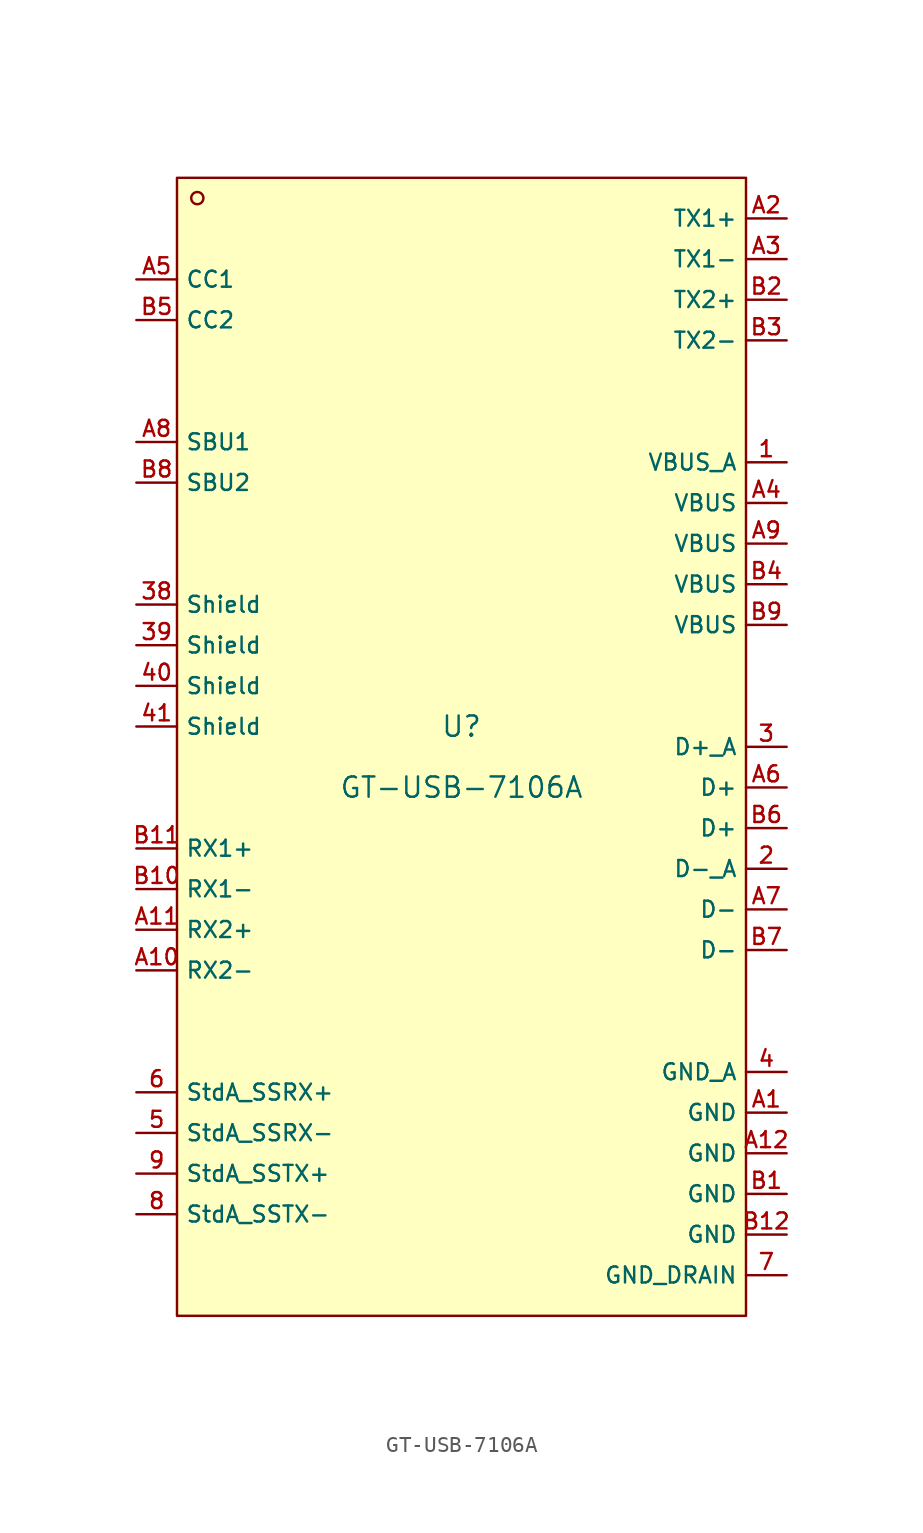
<source format=kicad_sym>
(kicad_symbol_lib
  (version 20231120)
  (generator "kicad_symbol_editor")
  (generator_version "8.0")
  (symbol "GT-USB-7106A"
    (property "Reference" "U"
      (at 0 1.27 0)
      (effects (font (size 1.27 1.27))))
    (property "Value" "GT-USB-7106A"
      (at 0 -2.54 0)
      (effects (font (size 1.27 1.27))))
    (symbol "GT-USB-7106A_0_1"
      (rectangle (start -17.78 35.56) (end 17.78 -35.56) (stroke (width 0) (type default)) (fill (type background)))
      (circle (center -16.51 34.29) (radius 0.381) (stroke (width 0) (type default)) (fill (type background)))
      (pin unspecified line (at 20.32 17.78 180) (length 2.54) (name "VBUS_A" (effects (font (size 1 1)))) (number "1" (effects (font (size 1 1)))))
      (pin unspecified line (at 20.32 -7.62 180) (length 2.54) (name "D-_A" (effects (font (size 1 1)))) (number "2" (effects (font (size 1 1)))))
      (pin unspecified line (at 20.32 0 180) (length 2.54) (name "D+_A" (effects (font (size 1 1)))) (number "3" (effects (font (size 1 1)))))
      (pin unspecified line (at -20.32 8.89 0) (length 2.54) (name "Shield" (effects (font (size 1 1)))) (number "38" (effects (font (size 1 1)))))
      (pin unspecified line (at -20.32 6.35 0) (length 2.54) (name "Shield" (effects (font (size 1 1)))) (number "39" (effects (font (size 1 1)))))
      (pin unspecified line (at 20.32 -20.32 180) (length 2.54) (name "GND_A" (effects (font (size 1 1)))) (number "4" (effects (font (size 1 1)))))
      (pin unspecified line (at -20.32 3.81 0) (length 2.54) (name "Shield" (effects (font (size 1 1)))) (number "40" (effects (font (size 1 1)))))
      (pin unspecified line (at -20.32 1.27 0) (length 2.54) (name "Shield" (effects (font (size 1 1)))) (number "41" (effects (font (size 1 1)))))
      (pin unspecified line (at -20.32 -24.13 0) (length 2.54) (name "StdA_SSRX-" (effects (font (size 1 1)))) (number "5" (effects (font (size 1 1)))))
      (pin unspecified line (at -20.32 -21.59 0) (length 2.54) (name "StdA_SSRX+" (effects (font (size 1 1)))) (number "6" (effects (font (size 1 1)))))
      (pin unspecified line (at 20.32 -33.02 180) (length 2.54) (name "GND_DRAIN" (effects (font (size 1 1)))) (number "7" (effects (font (size 1 1)))))
      (pin unspecified line (at -20.32 -29.21 0) (length 2.54) (name "StdA_SSTX-" (effects (font (size 1 1)))) (number "8" (effects (font (size 1 1)))))
      (pin unspecified line (at -20.32 -26.67 0) (length 2.54) (name "StdA_SSTX+" (effects (font (size 1 1)))) (number "9" (effects (font (size 1 1)))))
      (pin unspecified line (at 20.32 -22.86 180) (length 2.54) (name "GND" (effects (font (size 1 1)))) (number "A1" (effects (font (size 1 1)))))
      (pin unspecified line (at -20.32 -13.97 0) (length 2.54) (name "RX2-" (effects (font (size 1 1)))) (number "A10" (effects (font (size 1 1)))))
      (pin unspecified line (at -20.32 -11.43 0) (length 2.54) (name "RX2+" (effects (font (size 1 1)))) (number "A11" (effects (font (size 1 1)))))
      (pin unspecified line (at 20.32 -25.4 180) (length 2.54) (name "GND" (effects (font (size 1 1)))) (number "A12" (effects (font (size 1 1)))))
      (pin unspecified line (at 20.32 33.02 180) (length 2.54) (name "TX1+" (effects (font (size 1 1)))) (number "A2" (effects (font (size 1 1)))))
      (pin unspecified line (at 20.32 30.48 180) (length 2.54) (name "TX1-" (effects (font (size 1 1)))) (number "A3" (effects (font (size 1 1)))))
      (pin unspecified line (at 20.32 15.24 180) (length 2.54) (name "VBUS" (effects (font (size 1 1)))) (number "A4" (effects (font (size 1 1)))))
      (pin unspecified line (at -20.32 29.21 0) (length 2.54) (name "CC1" (effects (font (size 1 1)))) (number "A5" (effects (font (size 1 1)))))
      (pin unspecified line (at 20.32 -2.54 180) (length 2.54) (name "D+" (effects (font (size 1 1)))) (number "A6" (effects (font (size 1 1)))))
      (pin unspecified line (at 20.32 -10.16 180) (length 2.54) (name "D-" (effects (font (size 1 1)))) (number "A7" (effects (font (size 1 1)))))
      (pin unspecified line (at -20.32 19.05 0) (length 2.54) (name "SBU1" (effects (font (size 1 1)))) (number "A8" (effects (font (size 1 1)))))
      (pin unspecified line (at 20.32 12.7 180) (length 2.54) (name "VBUS" (effects (font (size 1 1)))) (number "A9" (effects (font (size 1 1)))))
      (pin unspecified line (at 20.32 -27.94 180) (length 2.54) (name "GND" (effects (font (size 1 1)))) (number "B1" (effects (font (size 1 1)))))
      (pin unspecified line (at -20.32 -8.89 0) (length 2.54) (name "RX1-" (effects (font (size 1 1)))) (number "B10" (effects (font (size 1 1)))))
      (pin unspecified line (at -20.32 -6.35 0) (length 2.54) (name "RX1+" (effects (font (size 1 1)))) (number "B11" (effects (font (size 1 1)))))
      (pin unspecified line (at 20.32 -30.48 180) (length 2.54) (name "GND" (effects (font (size 1 1)))) (number "B12" (effects (font (size 1 1)))))
      (pin unspecified line (at 20.32 27.94 180) (length 2.54) (name "TX2+" (effects (font (size 1 1)))) (number "B2" (effects (font (size 1 1)))))
      (pin unspecified line (at 20.32 25.4 180) (length 2.54) (name "TX2-" (effects (font (size 1 1)))) (number "B3" (effects (font (size 1 1)))))
      (pin unspecified line (at 20.32 10.16 180) (length 2.54) (name "VBUS" (effects (font (size 1 1)))) (number "B4" (effects (font (size 1 1)))))
      (pin unspecified line (at -20.32 26.67 0) (length 2.54) (name "CC2" (effects (font (size 1 1)))) (number "B5" (effects (font (size 1 1)))))
      (pin unspecified line (at 20.32 -5.08 180) (length 2.54) (name "D+" (effects (font (size 1 1)))) (number "B6" (effects (font (size 1 1)))))
      (pin unspecified line (at 20.32 -12.7 180) (length 2.54) (name "D-" (effects (font (size 1 1)))) (number "B7" (effects (font (size 1 1)))))
      (pin unspecified line (at -20.32 16.51 0) (length 2.54) (name "SBU2" (effects (font (size 1 1)))) (number "B8" (effects (font (size 1 1)))))
      (pin unspecified line (at 20.32 7.62 180) (length 2.54) (name "VBUS" (effects (font (size 1 1)))) (number "B9" (effects (font (size 1 1))))))))
</source>
